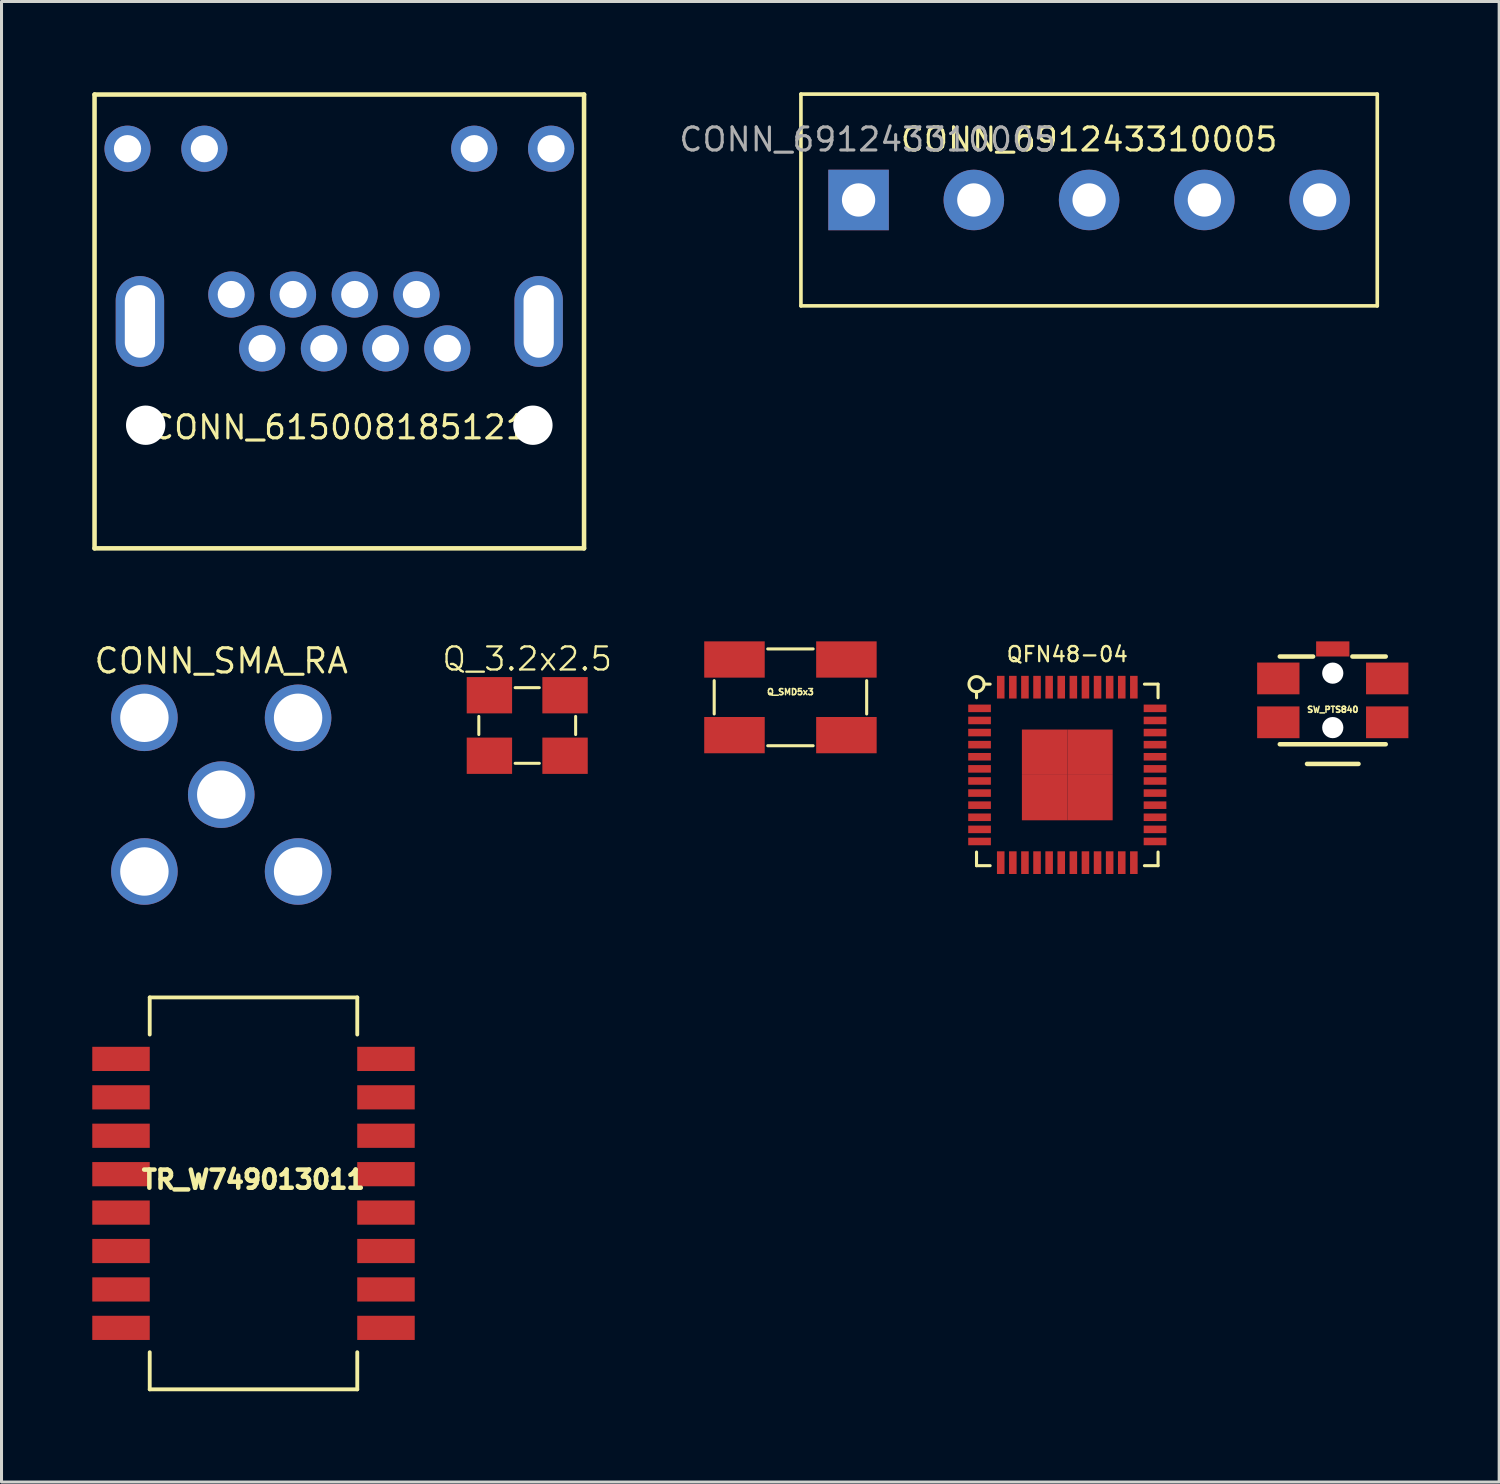
<source format=kicad_pcb>
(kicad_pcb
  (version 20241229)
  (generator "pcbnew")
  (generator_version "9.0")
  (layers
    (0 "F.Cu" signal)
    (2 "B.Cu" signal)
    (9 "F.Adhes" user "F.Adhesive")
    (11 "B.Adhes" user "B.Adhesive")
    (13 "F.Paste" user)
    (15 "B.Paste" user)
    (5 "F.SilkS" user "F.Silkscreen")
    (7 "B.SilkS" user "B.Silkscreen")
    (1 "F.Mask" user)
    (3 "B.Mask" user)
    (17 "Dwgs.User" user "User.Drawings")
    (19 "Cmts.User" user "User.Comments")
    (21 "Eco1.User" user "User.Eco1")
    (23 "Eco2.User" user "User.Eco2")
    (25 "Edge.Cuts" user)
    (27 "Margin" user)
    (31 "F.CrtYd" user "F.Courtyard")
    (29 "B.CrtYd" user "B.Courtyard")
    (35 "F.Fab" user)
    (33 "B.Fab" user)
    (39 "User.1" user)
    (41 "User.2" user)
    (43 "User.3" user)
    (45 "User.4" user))
  (footprint "CONN_SMA_RA"
    (layer "F.Cu")
    (at 4.263 23.216)
    (property "Reference" "CONN_SMA_RA" (at 0 -4.42 0) (layer "F.SilkS") (effects (font (size 0.8 0.8) (thickness 0.102))))
    (attr through_hole)
    (pad "0" thru_hole circle (at -2.54 -2.54) (size 2.2 2.2) (drill 1.6) (layers "*.Cu" "*.Mask"))
    (pad "0" thru_hole circle (at -2.54 2.54) (size 2.2 2.2) (drill 1.6) (layers "*.Cu" "*.Mask"))
    (pad "0" thru_hole circle (at 2.54 -2.54) (size 2.2 2.2) (drill 1.6) (layers "*.Cu" "*.Mask"))
    (pad "0" thru_hole circle (at 2.54 2.54) (size 2.2 2.2) (drill 1.6) (layers "*.Cu" "*.Mask"))
    (pad "1" thru_hole circle (at 0 0) (size 2.2 2.2) (drill 1.6) (layers "*.Cu" "*.Mask")))
  (footprint "CONN_691243310005"
    (layer "F.Cu")
    (at 25.329 3.56)
    (property "Reference" "CONN_691243310005" (at 7.62 -2 0) (unlocked yes) (layer "F.SilkS") (effects (font (size 0.762 0.762) (thickness 0.102))))
    (attr smd)
    (fp_line (start -1.905 -3.5) (end -1.905 3.5) (stroke (width 0.12) (type solid)) (layer "F.SilkS"))
    (fp_line (start -1.905 -3.5) (end 17.145 -3.5) (stroke (width 0.12) (type solid)) (layer "F.SilkS"))
    (fp_line (start -1.905 3.5) (end 17.145 3.5) (stroke (width 0.12) (type solid)) (layer "F.SilkS"))
    (fp_line (start 17.145 3.5) (end 17.145 -3.5) (stroke (width 0.12) (type solid)) (layer "F.SilkS"))
    (fp_text user "${REFERENCE}" (at 0.3 -2 0) (unlocked yes) (layer "F.Fab") (effects (font (size 0.762 0.762) (thickness 0.102))))
    (pad "1" thru_hole rect (at 0 0) (size 2 2) (drill 1.1) (layers "*.Cu" "*.Mask"))
    (pad "2" thru_hole circle (at 3.81 0) (size 2 2) (drill 1.1) (layers "*.Cu" "*.Mask"))
    (pad "3" thru_hole circle (at 7.62 0) (size 2 2) (drill 1.1) (layers "*.Cu" "*.Mask"))
    (pad "4" thru_hole circle (at 11.43 0) (size 2 2) (drill 1.1) (layers "*.Cu" "*.Mask"))
    (pad "5" thru_hole circle (at 15.24 0) (size 2 2) (drill 1.1) (layers "*.Cu" "*.Mask")))
  (footprint "Q_3.2x2.5"
    (layer "F.Cu")
    (at 14.377 20.93)
    (property "Reference" "Q_3.2x2.5" (at 0 -2.2 0) (layer "F.SilkS") (effects (font (size 0.762 0.762) (thickness 0.076))))
    (attr through_hole)
    (fp_line (start -1.6 0.3) (end -1.6 -0.3) (stroke (width 0.1) (type solid)) (layer "F.SilkS"))
    (fp_line (start -0.4 -1.25) (end 0.4 -1.25) (stroke (width 0.1) (type solid)) (layer "F.SilkS"))
    (fp_line (start -0.4 1.25) (end 0.4 1.25) (stroke (width 0.1) (type solid)) (layer "F.SilkS"))
    (fp_line (start 1.6 -0.3) (end 1.6 0.3) (stroke (width 0.1) (type solid)) (layer "F.SilkS"))
    (pad "1" smd rect (at -1.25 1) (size 1.5 1.2) (layers "F.Cu" "F.Mask" "F.Paste"))
    (pad "2" smd rect (at 1.25 1) (size 1.5 1.2) (layers "F.Cu" "F.Mask" "F.Paste"))
    (pad "3" smd rect (at 1.25 -1) (size 1.5 1.2) (layers "F.Cu" "F.Mask" "F.Paste"))
    (pad "4" smd rect (at -1.25 -1) (size 1.5 1.2) (layers "F.Cu" "F.Mask" "F.Paste")))
  (footprint "QFN48-04"
    (layer "F.Cu")
    (at 32.228 22.564)
    (property "Reference" "QFN48-04" (at 0 -3.988 0) (layer "F.SilkS") (effects (font (size 0.5 0.5) (thickness 0.076))))
    (attr smd)
    (fp_line (start -3 -2.55) (end -3 -2.75) (stroke (width 0.102) (type solid)) (layer "F.SilkS"))
    (fp_line (start -3 2.55) (end -3 3) (stroke (width 0.102) (type solid)) (layer "F.SilkS"))
    (fp_line (start -3 3) (end -2.55 3) (stroke (width 0.102) (type solid)) (layer "F.SilkS"))
    (fp_line (start -2.75 -3) (end -2.55 -3) (stroke (width 0.102) (type solid)) (layer "F.SilkS"))
    (fp_line (start 2.55 3) (end 3 3) (stroke (width 0.102) (type solid)) (layer "F.SilkS"))
    (fp_line (start 3 -3) (end 2.55 -3) (stroke (width 0.102) (type solid)) (layer "F.SilkS"))
    (fp_line (start 3 -2.55) (end 3 -3) (stroke (width 0.102) (type solid)) (layer "F.SilkS"))
    (fp_line (start 3 3) (end 3 2.55) (stroke (width 0.102) (type solid)) (layer "F.SilkS"))
    (fp_circle (center -3 -3) (end -2.75 -3) (stroke (width 0.102) (type solid)) (fill no) (layer "F.SilkS"))
    (pad "1" smd rect (at -2.9 -2.2 90) (size 0.25 0.75) (layers "F.Cu" "F.Mask" "F.Paste"))
    (pad "2" smd rect (at -2.9 -1.8 90) (size 0.25 0.75) (layers "F.Cu" "F.Mask" "F.Paste"))
    (pad "3" smd rect (at -2.9 -1.4 90) (size 0.25 0.75) (layers "F.Cu" "F.Mask" "F.Paste"))
    (pad "4" smd rect (at -2.9 -1 90) (size 0.25 0.75) (layers "F.Cu" "F.Mask" "F.Paste"))
    (pad "5" smd rect (at -2.9 -0.6 90) (size 0.25 0.75) (layers "F.Cu" "F.Mask" "F.Paste"))
    (pad "6" smd rect (at -2.9 -0.2 90) (size 0.25 0.75) (layers "F.Cu" "F.Mask" "F.Paste"))
    (pad "7" smd rect (at -2.9 0.2 90) (size 0.25 0.75) (layers "F.Cu" "F.Mask" "F.Paste"))
    (pad "8" smd rect (at -2.9 0.6 90) (size 0.25 0.75) (layers "F.Cu" "F.Mask" "F.Paste"))
    (pad "9" smd rect (at -2.9 1 90) (size 0.25 0.75) (layers "F.Cu" "F.Mask" "F.Paste"))
    (pad "10" smd rect (at -2.9 1.4 90) (size 0.25 0.75) (layers "F.Cu" "F.Mask" "F.Paste"))
    (pad "11" smd rect (at -2.9 1.8 90) (size 0.25 0.75) (layers "F.Cu" "F.Mask" "F.Paste"))
    (pad "12" smd rect (at -2.9 2.2 90) (size 0.25 0.75) (layers "F.Cu" "F.Mask" "F.Paste"))
    (pad "13" smd rect (at -2.2 2.9) (size 0.25 0.75) (layers "F.Cu" "F.Mask" "F.Paste"))
    (pad "14" smd rect (at -1.8 2.9) (size 0.25 0.75) (layers "F.Cu" "F.Mask" "F.Paste"))
    (pad "15" smd rect (at -1.4 2.9) (size 0.25 0.75) (layers "F.Cu" "F.Mask" "F.Paste"))
    (pad "16" smd rect (at -1 2.9) (size 0.25 0.75) (layers "F.Cu" "F.Mask" "F.Paste"))
    (pad "17" smd rect (at -0.6 2.9) (size 0.25 0.75) (layers "F.Cu" "F.Mask" "F.Paste"))
    (pad "18" smd rect (at -0.2 2.9) (size 0.25 0.75) (layers "F.Cu" "F.Mask" "F.Paste"))
    (pad "19" smd rect (at 0.2 2.9) (size 0.25 0.75) (layers "F.Cu" "F.Mask" "F.Paste"))
    (pad "20" smd rect (at 0.6 2.9) (size 0.25 0.75) (layers "F.Cu" "F.Mask" "F.Paste"))
    (pad "21" smd rect (at 1 2.9) (size 0.25 0.75) (layers "F.Cu" "F.Mask" "F.Paste"))
    (pad "22" smd rect (at 1.4 2.9) (size 0.25 0.75) (layers "F.Cu" "F.Mask" "F.Paste"))
    (pad "23" smd rect (at 1.8 2.9) (size 0.25 0.75) (layers "F.Cu" "F.Mask" "F.Paste"))
    (pad "24" smd rect (at 2.2 2.9) (size 0.25 0.75) (layers "F.Cu" "F.Mask" "F.Paste"))
    (pad "25" smd rect (at 2.9 2.2 270) (size 0.25 0.75) (layers "F.Cu" "F.Mask" "F.Paste"))
    (pad "26" smd rect (at 2.9 1.8 270) (size 0.25 0.75) (layers "F.Cu" "F.Mask" "F.Paste"))
    (pad "27" smd rect (at 2.9 1.4 270) (size 0.25 0.75) (layers "F.Cu" "F.Mask" "F.Paste"))
    (pad "28" smd rect (at 2.9 1 270) (size 0.25 0.75) (layers "F.Cu" "F.Mask" "F.Paste"))
    (pad "29" smd rect (at 2.9 0.6 270) (size 0.25 0.75) (layers "F.Cu" "F.Mask" "F.Paste"))
    (pad "30" smd rect (at 2.9 0.2 270) (size 0.25 0.75) (layers "F.Cu" "F.Mask" "F.Paste"))
    (pad "31" smd rect (at 2.9 -0.2 270) (size 0.25 0.75) (layers "F.Cu" "F.Mask" "F.Paste"))
    (pad "32" smd rect (at 2.9 -0.6 270) (size 0.25 0.75) (layers "F.Cu" "F.Mask" "F.Paste"))
    (pad "33" smd rect (at 2.9 -1 270) (size 0.25 0.75) (layers "F.Cu" "F.Mask" "F.Paste"))
    (pad "34" smd rect (at 2.9 -1.4 270) (size 0.25 0.75) (layers "F.Cu" "F.Mask" "F.Paste"))
    (pad "35" smd rect (at 2.9 -1.8 270) (size 0.25 0.75) (layers "F.Cu" "F.Mask" "F.Paste"))
    (pad "36" smd rect (at 2.9 -2.2 270) (size 0.25 0.75) (layers "F.Cu" "F.Mask" "F.Paste"))
    (pad "37" smd rect (at 2.2 -2.9 180) (size 0.25 0.75) (layers "F.Cu" "F.Mask" "F.Paste"))
    (pad "38" smd rect (at 1.8 -2.9 180) (size 0.25 0.75) (layers "F.Cu" "F.Mask" "F.Paste"))
    (pad "39" smd rect (at 1.4 -2.9 180) (size 0.25 0.75) (layers "F.Cu" "F.Mask" "F.Paste"))
    (pad "40" smd rect (at 1 -2.9 180) (size 0.25 0.75) (layers "F.Cu" "F.Mask" "F.Paste"))
    (pad "41" smd rect (at 0.6 -2.9 180) (size 0.25 0.75) (layers "F.Cu" "F.Mask" "F.Paste"))
    (pad "42" smd rect (at 0.2 -2.9 180) (size 0.25 0.75) (layers "F.Cu" "F.Mask" "F.Paste"))
    (pad "43" smd rect (at -0.2 -2.9 180) (size 0.25 0.75) (layers "F.Cu" "F.Mask" "F.Paste"))
    (pad "44" smd rect (at -0.6 -2.9 180) (size 0.25 0.75) (layers "F.Cu" "F.Mask" "F.Paste"))
    (pad "45" smd rect (at -1 -2.9 180) (size 0.25 0.75) (layers "F.Cu" "F.Mask" "F.Paste"))
    (pad "46" smd rect (at -1.4 -2.9 180) (size 0.25 0.75) (layers "F.Cu" "F.Mask" "F.Paste"))
    (pad "47" smd rect (at -1.8 -2.9 180) (size 0.25 0.75) (layers "F.Cu" "F.Mask" "F.Paste"))
    (pad "48" smd rect (at -2.2 -2.9 180) (size 0.25 0.75) (layers "F.Cu" "F.Mask" "F.Paste"))
    (pad "PAD" smd rect (at -0.75 -0.75) (size 1.5 1.5) (layers "F.Cu" "F.Mask" "F.Paste"))
    (pad "PAD" smd rect (at -0.75 0.75) (size 1.5 1.5) (layers "F.Cu" "F.Mask" "F.Paste"))
    (pad "PAD" smd rect (at 0.75 -0.75) (size 1.5 1.5) (layers "F.Cu" "F.Mask" "F.Paste"))
    (pad "PAD" smd rect (at 0.75 0.75) (size 1.5 1.5) (layers "F.Cu" "F.Mask" "F.Paste")))
  (footprint "Q_SMD5x3"
    (layer "F.Cu")
    (at 23.077 19.999)
    (property "Reference" "Q_SMD5x3" (at 0 -0.178 0) (layer "F.SilkS") (effects (font (size 0.201 0.201) (thickness 0.051))))
    (attr through_hole)
    (fp_line (start -2.52 0.55) (end -2.52 -0.55) (stroke (width 0.102) (type solid)) (layer "F.SilkS"))
    (fp_line (start -0.75 -1.6) (end 0.75 -1.6) (stroke (width 0.102) (type solid)) (layer "F.SilkS"))
    (fp_line (start 0.75 1.6) (end -0.75 1.6) (stroke (width 0.102) (type solid)) (layer "F.SilkS"))
    (fp_line (start 2.52 -0.55) (end 2.52 0.55) (stroke (width 0.102) (type solid)) (layer "F.SilkS"))
    (pad "1" smd rect (at -1.85 1.25) (size 2 1.199) (layers "F.Cu" "F.Mask" "F.Paste"))
    (pad "2" smd rect (at 1.85 1.25) (size 2 1.199) (layers "F.Cu" "F.Mask" "F.Paste"))
    (pad "3" smd rect (at 1.85 -1.25) (size 2 1.199) (layers "F.Cu" "F.Mask" "F.Paste"))
    (pad "4" smd rect (at -1.85 -1.25) (size 2 1.199) (layers "F.Cu" "F.Mask" "F.Paste")))
  (footprint "SW_PTS840"
    (layer "F.Cu")
    (at 41.003 20.1)
    (property "Reference" "SW_PTS840" (at 0 0.305 0) (layer "F.SilkS") (effects (font (size 0.2 0.2) (thickness 0.05))))
    (attr through_hole)
    (fp_line (start -1.75 -1.45) (end -0.65 -1.45) (stroke (width 0.15) (type solid)) (layer "F.SilkS"))
    (fp_line (start -1.75 1.45) (end 1.75 1.45) (stroke (width 0.15) (type solid)) (layer "F.SilkS"))
    (fp_line (start -0.85 2.1) (end 0.85 2.1) (stroke (width 0.15) (type solid)) (layer "F.SilkS"))
    (fp_line (start 0.65 -1.45) (end 1.75 -1.45) (stroke (width 0.15) (type solid)) (layer "F.SilkS"))
    (pad "" np_thru_hole circle (at 0 -0.9) (size 0.7 0.7) (drill 0.7) (layers "*.Cu" "*.Mask"))
    (pad "" np_thru_hole circle (at 0 0.9) (size 0.7 0.7) (drill 0.7) (layers "*.Cu" "*.Mask"))
    (pad "1" smd rect (at -1.8 -0.725) (size 1.4 1.05) (layers "F.Cu" "F.Mask" "F.Paste"))
    (pad "1" smd rect (at 1.8 -0.725) (size 1.4 1.05) (layers "F.Cu" "F.Mask" "F.Paste"))
    (pad "2" smd rect (at -1.8 0.725) (size 1.4 1.05) (layers "F.Cu" "F.Mask" "F.Paste"))
    (pad "2" smd rect (at 1.8 0.725) (size 1.4 1.05) (layers "F.Cu" "F.Mask" "F.Paste"))
    (pad "SHLD" smd rect (at 0 -1.7) (size 1.1 0.5) (layers "F.Cu" "F.Mask" "F.Paste")))
  (footprint "TR_W749013011"
    (layer "F.Cu")
    (at 5.329 36.396)
    (property "Reference" "TR_W749013011" (at -0.005 -0.457 0) (layer "F.SilkS") (effects (font (size 0.599 0.599) (thickness 0.15))))
    (attr through_hole)
    (fp_line (start -3.43 -6.477) (end 3.43 -6.477) (stroke (width 0.127) (type solid)) (layer "F.SilkS"))
    (fp_line (start -3.43 -5.25) (end -3.43 -6.477) (stroke (width 0.127) (type solid)) (layer "F.SilkS"))
    (fp_line (start -3.43 6.477) (end -3.43 5.25) (stroke (width 0.127) (type solid)) (layer "F.SilkS"))
    (fp_line (start 3.43 -6.477) (end 3.43 -5.25) (stroke (width 0.127) (type solid)) (layer "F.SilkS"))
    (fp_line (start 3.43 6.477) (end -3.43 6.477) (stroke (width 0.127) (type solid)) (layer "F.SilkS"))
    (fp_line (start 3.43 6.477) (end 3.43 5.25) (stroke (width 0.127) (type solid)) (layer "F.SilkS"))
    (pad "1" smd rect (at -4.379 -4.445) (size 1.9 0.8) (layers "F.Cu" "F.Mask" "F.Paste"))
    (pad "2" smd rect (at -4.379 -3.175) (size 1.9 0.8) (layers "F.Cu" "F.Mask" "F.Paste"))
    (pad "3" smd rect (at -4.379 -1.905) (size 1.9 0.8) (layers "F.Cu" "F.Mask" "F.Paste"))
    (pad "4" smd rect (at -4.379 -0.635) (size 1.9 0.8) (layers "F.Cu" "F.Mask" "F.Paste"))
    (pad "5" smd rect (at -4.379 0.635) (size 1.9 0.8) (layers "F.Cu" "F.Mask" "F.Paste"))
    (pad "6" smd rect (at -4.379 1.905) (size 1.9 0.8) (layers "F.Cu" "F.Mask" "F.Paste"))
    (pad "7" smd rect (at -4.379 3.175) (size 1.9 0.8) (layers "F.Cu" "F.Mask" "F.Paste"))
    (pad "8" smd rect (at -4.379 4.445) (size 1.9 0.8) (layers "F.Cu" "F.Mask" "F.Paste"))
    (pad "9" smd rect (at 4.379 4.445) (size 1.9 0.8) (layers "F.Cu" "F.Mask" "F.Paste"))
    (pad "10" smd rect (at 4.379 3.175) (size 1.9 0.8) (layers "F.Cu" "F.Mask" "F.Paste"))
    (pad "11" smd rect (at 4.379 1.905) (size 1.9 0.8) (layers "F.Cu" "F.Mask" "F.Paste"))
    (pad "12" smd rect (at 4.379 0.635) (size 1.9 0.8) (layers "F.Cu" "F.Mask" "F.Paste"))
    (pad "13" smd rect (at 4.379 -0.635) (size 1.9 0.8) (layers "F.Cu" "F.Mask" "F.Paste"))
    (pad "14" smd rect (at 4.379 -1.905) (size 1.9 0.8) (layers "F.Cu" "F.Mask" "F.Paste"))
    (pad "15" smd rect (at 4.379 -3.175) (size 1.9 0.8) (layers "F.Cu" "F.Mask" "F.Paste"))
    (pad "16" smd rect (at 4.379 -4.445) (size 1.9 0.8) (layers "F.Cu" "F.Mask" "F.Paste")))
  (footprint "CONN_615008185121"
    (layer "F.Cu")
    (at 8.165 7.575)
    (property "Reference" "CONN_615008185121" (at 0 3.5 0) (layer "F.SilkS") (effects (font (size 0.762 0.762) (thickness 0.102))))
    (attr through_hole)
    (fp_line (start -8.09 -7.5) (end 8.09 -7.5) (stroke (width 0.15) (type solid)) (layer "F.SilkS"))
    (fp_line (start -8.09 7.5) (end -8.09 -7.5) (stroke (width 0.15) (type solid)) (layer "F.SilkS"))
    (fp_line (start 8.09 -7.5) (end 8.09 7.5) (stroke (width 0.15) (type solid)) (layer "F.SilkS"))
    (fp_line (start 8.09 7.5) (end -8.09 7.5) (stroke (width 0.15) (type solid)) (layer "F.SilkS"))
    (pad "" np_thru_hole circle (at -6.4 3.43) (size 1.3 1.3) (drill 1.3) (layers "*.Cu" "*.Mask"))
    (pad "" np_thru_hole circle (at 6.4 3.43) (size 1.3 1.3) (drill 1.3) (layers "*.Cu" "*.Mask"))
    (pad "1" thru_hole circle (at 3.57 0.89) (size 1.524 1.524) (drill 0.9) (layers "*.Cu" "*.Mask"))
    (pad "2" thru_hole circle (at 2.55 -0.89) (size 1.524 1.524) (drill 0.9) (layers "*.Cu" "*.Mask"))
    (pad "3" thru_hole circle (at 1.53 0.89) (size 1.524 1.524) (drill 0.9) (layers "*.Cu" "*.Mask"))
    (pad "4" thru_hole circle (at 0.51 -0.89) (size 1.524 1.524) (drill 0.9) (layers "*.Cu" "*.Mask"))
    (pad "5" thru_hole circle (at -0.51 0.89) (size 1.524 1.524) (drill 0.9) (layers "*.Cu" "*.Mask"))
    (pad "6" thru_hole circle (at -1.53 -0.89) (size 1.524 1.524) (drill 0.9) (layers "*.Cu" "*.Mask"))
    (pad "7" thru_hole circle (at -2.55 0.89) (size 1.524 1.524) (drill 0.9) (layers "*.Cu" "*.Mask"))
    (pad "8" thru_hole circle (at -3.57 -0.89) (size 1.524 1.524) (drill 0.9) (layers "*.Cu" "*.Mask"))
    (pad "9" thru_hole circle (at 7 -5.71) (size 1.524 1.524) (drill 0.9) (layers "*.Cu" "*.Mask"))
    (pad "10" thru_hole circle (at 4.46 -5.71) (size 1.524 1.524) (drill 0.9) (layers "*.Cu" "*.Mask"))
    (pad "11" thru_hole circle (at -4.46 -5.71) (size 1.524 1.524) (drill 0.9) (layers "*.Cu" "*.Mask"))
    (pad "12" thru_hole circle (at -7 -5.71) (size 1.524 1.524) (drill 0.9) (layers "*.Cu" "*.Mask"))
    (pad "SHLD" thru_hole oval (at -6.59 0) (size 1.6 3) (drill oval 1 2.4) (layers "*.Cu" "*.Mask"))
    (pad "SHLD" thru_hole oval (at 6.59 0) (size 1.6 3) (drill oval 1 2.4) (layers "*.Cu" "*.Mask")))
  (gr_rect
    (start -3 -3)
    (end 46.503 45.937)
    (stroke (width 0.1) (type default))
    (fill no)
    (layer "Edge.Cuts")))
</source>
